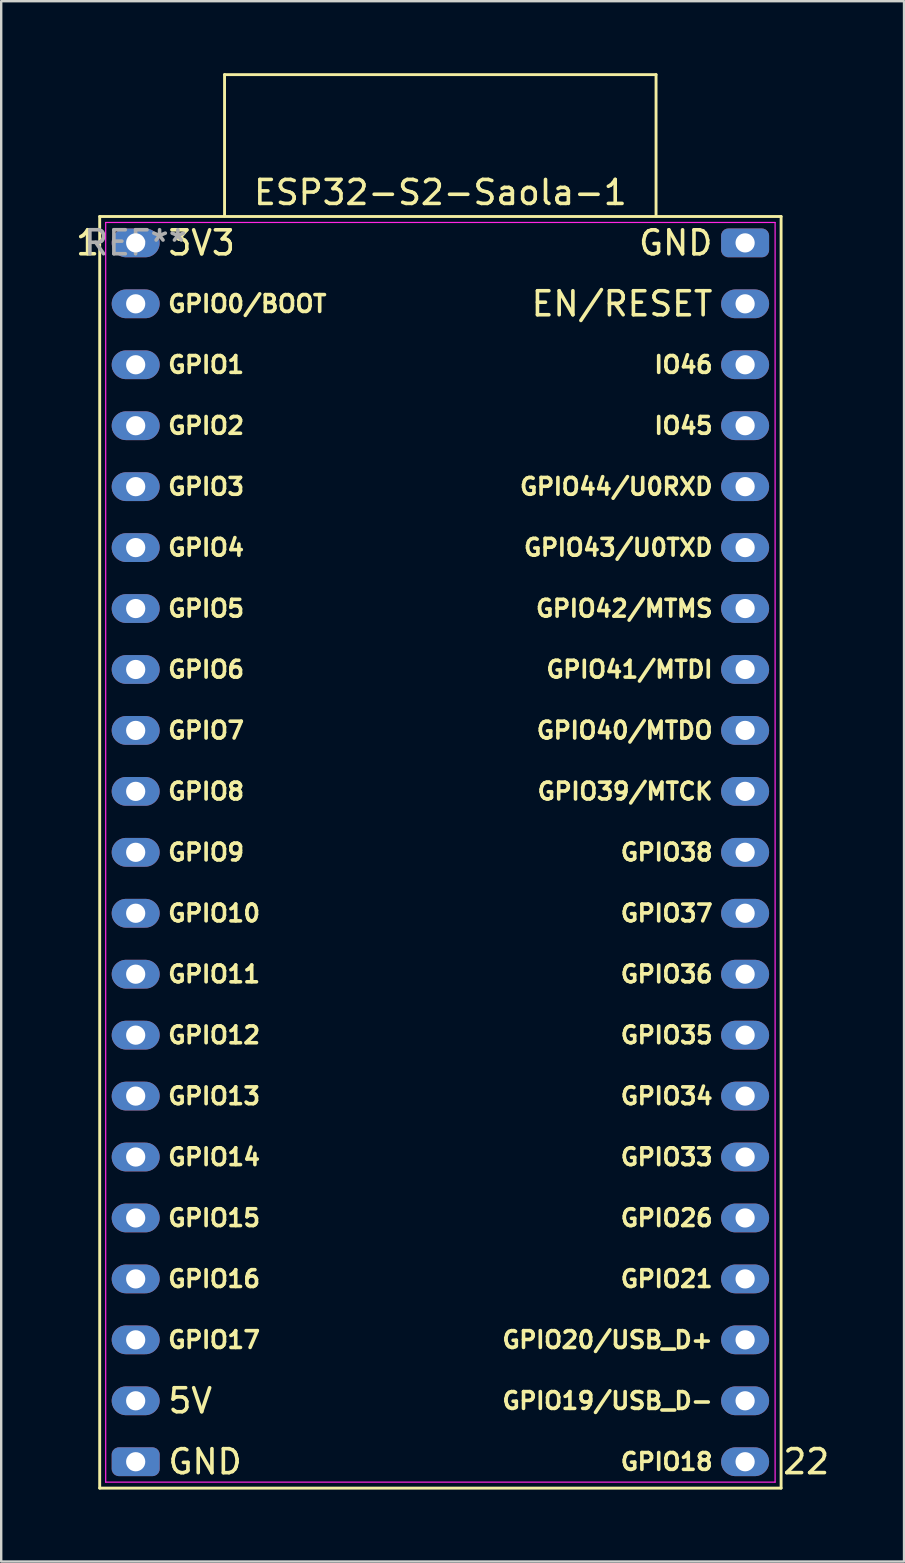
<source format=kicad_pcb>
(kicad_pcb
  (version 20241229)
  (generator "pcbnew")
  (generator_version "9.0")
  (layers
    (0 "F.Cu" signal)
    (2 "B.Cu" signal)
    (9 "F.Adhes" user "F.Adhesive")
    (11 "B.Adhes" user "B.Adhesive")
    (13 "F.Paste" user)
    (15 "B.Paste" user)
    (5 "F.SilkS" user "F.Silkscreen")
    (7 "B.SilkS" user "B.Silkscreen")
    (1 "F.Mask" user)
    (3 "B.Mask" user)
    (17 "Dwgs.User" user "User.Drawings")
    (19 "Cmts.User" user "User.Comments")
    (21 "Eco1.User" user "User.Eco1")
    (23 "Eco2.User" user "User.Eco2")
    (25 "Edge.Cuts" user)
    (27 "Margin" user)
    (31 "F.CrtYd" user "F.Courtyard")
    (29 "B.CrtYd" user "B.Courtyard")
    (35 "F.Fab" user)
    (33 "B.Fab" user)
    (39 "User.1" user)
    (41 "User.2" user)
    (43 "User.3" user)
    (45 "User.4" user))
  (footprint "ESP32-S2-Saola-1"
    (layer "F.Cu")
    (at 2.601 7.07)
    (property "Reference" "ESP32-S2-Saola-1" (at 12.704 -2.097 0) (layer "F.SilkS") (effects (font (size 1 1) (thickness 0.15))))
    (attr through_hole)
    (fp_line (start -1.496 51.903) (end 26.904 51.903) (stroke (width 0.12) (type solid)) (layer "F.SilkS"))
    (fp_line (start -1.496 -1.097) (end -1.496 51.903) (stroke (width 0.12) (type solid)) (layer "F.SilkS"))
    (fp_line (start 3.708 -7.01) (end 21.692 -7.01) (stroke (width 0.12) (type solid)) (layer "F.SilkS"))
    (fp_line (start 3.708 -1.118) (end 3.708 -7.01) (stroke (width 0.12) (type solid)) (layer "F.SilkS"))
    (fp_line (start 21.692 -7.01) (end 21.692 -1.118) (stroke (width 0.12) (type solid)) (layer "F.SilkS"))
    (fp_line (start 26.904 51.903) (end 26.904 -1.097) (stroke (width 0.12) (type solid)) (layer "F.SilkS"))
    (fp_line (start 26.904 -1.097) (end -1.496 -1.097) (stroke (width 0.12) (type solid)) (layer "F.SilkS"))
    (fp_line (start -1.246 -0.847) (end 26.654 -0.847) (stroke (width 0.05) (type solid)) (layer "F.CrtYd"))
    (fp_line (start -1.246 51.653) (end -1.246 -0.847) (stroke (width 0.05) (type solid)) (layer "F.CrtYd"))
    (fp_line (start 26.654 -0.847) (end 26.654 51.653) (stroke (width 0.05) (type solid)) (layer "F.CrtYd"))
    (fp_line (start 26.654 51.653) (end -1.246 51.653) (stroke (width 0.05) (type solid)) (layer "F.CrtYd"))
    (fp_text user "GPIO41/MTDI" (at 24.134 17.783 0) (unlocked yes) (layer "F.SilkS") (effects (font (size 0.7 0.7) (thickness 0.15)) (justify right)))
    (fp_text user "GPIO36" (at 24.134 30.483 0) (unlocked yes) (layer "F.SilkS") (effects (font (size 0.7 0.7) (thickness 0.15)) (justify right)))
    (fp_text user "GPIO2" (at 1.274 7.623 0) (unlocked yes) (layer "F.SilkS") (effects (font (size 0.7 0.7) (thickness 0.15)) (justify left)))
    (fp_text user "GPIO43/U0TXD" (at 24.134 12.703 0) (unlocked yes) (layer "F.SilkS") (effects (font (size 0.7 0.7) (thickness 0.15)) (justify right)))
    (fp_text user "IO45" (at 24.134 7.623 0) (unlocked yes) (layer "F.SilkS") (effects (font (size 0.7 0.7) (thickness 0.15)) (justify right)))
    (fp_text user "GPIO40/MTDO" (at 24.134 20.323 0) (unlocked yes) (layer "F.SilkS") (effects (font (size 0.7 0.7) (thickness 0.15)) (justify right)))
    (fp_text user "GPIO35" (at 24.134 33.023 0) (unlocked yes) (layer "F.SilkS") (effects (font (size 0.7 0.7) (thickness 0.15)) (justify right)))
    (fp_text user "GPIO42/MTMS" (at 24.134 15.243 0) (unlocked yes) (layer "F.SilkS") (effects (font (size 0.7 0.7) (thickness 0.15)) (justify right)))
    (fp_text user "GPIO11" (at 1.274 30.483 0) (unlocked yes) (layer "F.SilkS") (effects (font (size 0.7 0.7) (thickness 0.15)) (justify left)))
    (fp_text user "GND" (at 1.274 50.803 0) (unlocked yes) (layer "F.SilkS") (effects (font (size 1 1) (thickness 0.15)) (justify left)))
    (fp_text user "GPIO37" (at 24.134 27.943 0) (unlocked yes) (layer "F.SilkS") (effects (font (size 0.7 0.7) (thickness 0.15)) (justify right)))
    (fp_text user "GPIO15" (at 1.274 40.643 0) (unlocked yes) (layer "F.SilkS") (effects (font (size 0.7 0.7) (thickness 0.15)) (justify left)))
    (fp_text user "GPIO34" (at 24.134 35.563 0) (unlocked yes) (layer "F.SilkS") (effects (font (size 0.7 0.7) (thickness 0.15)) (justify right)))
    (fp_text user "GPIO38" (at 24.134 25.403 0) (unlocked yes) (layer "F.SilkS") (effects (font (size 0.7 0.7) (thickness 0.15)) (justify right)))
    (fp_text user "GPIO33" (at 24.134 38.103 0) (unlocked yes) (layer "F.SilkS") (effects (font (size 0.7 0.7) (thickness 0.15)) (justify right)))
    (fp_text user "GPIO17" (at 1.274 45.723 0) (unlocked yes) (layer "F.SilkS") (effects (font (size 0.7 0.7) (thickness 0.15)) (justify left)))
    (fp_text user "GND" (at 24.134 0.003 0) (unlocked yes) (layer "F.SilkS") (effects (font (size 1 1) (thickness 0.15)) (justify right)))
    (fp_text user "GPIO21" (at 24.134 43.183 0) (unlocked yes) (layer "F.SilkS") (effects (font (size 0.7 0.7) (thickness 0.15)) (justify right)))
    (fp_text user "GPIO18" (at 24.134 50.803 0) (unlocked yes) (layer "F.SilkS") (effects (font (size 0.7 0.7) (thickness 0.15)) (justify right)))
    (fp_text user "5V" (at 1.274 48.263 0) (unlocked yes) (layer "F.SilkS") (effects (font (size 1 1) (thickness 0.15)) (justify left)))
    (fp_text user "GPIO19/USB_D-" (at 24.134 48.263 0) (unlocked yes) (layer "F.SilkS") (effects (font (size 0.7 0.7) (thickness 0.15)) (justify right)))
    (fp_text user "EN/RESET" (at 24.134 2.543 0) (unlocked yes) (layer "F.SilkS") (effects (font (size 1 1) (thickness 0.15)) (justify right)))
    (fp_text user "GPIO5" (at 1.274 15.243 0) (unlocked yes) (layer "F.SilkS") (effects (font (size 0.7 0.7) (thickness 0.15)) (justify left)))
    (fp_text user "GPIO14" (at 1.274 38.103 0) (unlocked yes) (layer "F.SilkS") (effects (font (size 0.7 0.7) (thickness 0.15)) (justify left)))
    (fp_text user "GPIO20/USB_D+" (at 24.134 45.723 0) (unlocked yes) (layer "F.SilkS") (effects (font (size 0.7 0.7) (thickness 0.15)) (justify right)))
    (fp_text user "GPIO39/MTCK" (at 24.134 22.863 0) (unlocked yes) (layer "F.SilkS") (effects (font (size 0.7 0.7) (thickness 0.15)) (justify right)))
    (fp_text user "GPIO3" (at 1.274 10.163 0) (unlocked yes) (layer "F.SilkS") (effects (font (size 0.7 0.7) (thickness 0.15)) (justify left)))
    (fp_text user "IO46" (at 24.134 5.083 0) (unlocked yes) (layer "F.SilkS") (effects (font (size 0.7 0.7) (thickness 0.15)) (justify right)))
    (fp_text user "22" (at 27.95 50.8 0) (layer "F.SilkS") (effects (font (size 1 1) (thickness 0.15))))
    (fp_text user "GPIO9" (at 1.274 25.403 0) (unlocked yes) (layer "F.SilkS") (effects (font (size 0.7 0.7) (thickness 0.15)) (justify left)))
    (fp_text user "GPIO12" (at 1.274 33.023 0) (unlocked yes) (layer "F.SilkS") (effects (font (size 0.7 0.7) (thickness 0.15)) (justify left)))
    (fp_text user "GPIO7" (at 1.274 20.323 0) (unlocked yes) (layer "F.SilkS") (effects (font (size 0.7 0.7) (thickness 0.15)) (justify left)))
    (fp_text user "GPIO13" (at 1.274 35.563 0) (unlocked yes) (layer "F.SilkS") (effects (font (size 0.7 0.7) (thickness 0.15)) (justify left)))
    (fp_text user "GPIO0/BOOT" (at 1.274 2.543 0) (unlocked yes) (layer "F.SilkS") (effects (font (size 0.7 0.7) (thickness 0.15)) (justify left)))
    (fp_text user "GPIO4" (at 1.274 12.703 0) (unlocked yes) (layer "F.SilkS") (effects (font (size 0.7 0.7) (thickness 0.15)) (justify left)))
    (fp_text user "GPIO44/U0RXD" (at 24.134 10.163 0) (unlocked yes) (layer "F.SilkS") (effects (font (size 0.7 0.7) (thickness 0.15)) (justify right)))
    (fp_text user "GPIO6" (at 1.274 17.783 0) (unlocked yes) (layer "F.SilkS") (effects (font (size 0.7 0.7) (thickness 0.15)) (justify left)))
    (fp_text user "1" (at -2 0 0) (layer "F.SilkS") (effects (font (size 1 1) (thickness 0.15))))
    (fp_text user "GPIO16" (at 1.274 43.183 0) (unlocked yes) (layer "F.SilkS") (effects (font (size 0.7 0.7) (thickness 0.15)) (justify left)))
    (fp_text user "3V3" (at 1.274 0.003 0) (unlocked yes) (layer "F.SilkS") (effects (font (size 1 1) (thickness 0.15)) (justify left)))
    (fp_text user "GPIO1" (at 1.274 5.083 0) (unlocked yes) (layer "F.SilkS") (effects (font (size 0.7 0.7) (thickness 0.15)) (justify left)))
    (fp_text user "GPIO10" (at 1.274 27.943 0) (unlocked yes) (layer "F.SilkS") (effects (font (size 0.7 0.7) (thickness 0.15)) (justify left)))
    (fp_text user "GPIO8" (at 1.274 22.863 0) (unlocked yes) (layer "F.SilkS") (effects (font (size 0.7 0.7) (thickness 0.15)) (justify left)))
    (fp_text user "GPIO26" (at 24.134 40.643 0) (unlocked yes) (layer "F.SilkS") (effects (font (size 0.7 0.7) (thickness 0.15)) (justify right)))
    (fp_text user "REF**" (at 0 0 0) (layer "F.Fab") (effects (font (size 1 1) (thickness 0.15))))
    (pad "1" thru_hole oval (at 0.004 0.003 270) (size 1.2 2) (drill 0.8) (layers "*.Cu" "*.Mask"))
    (pad "2" thru_hole oval (at 0.004 2.543 270) (size 1.2 2) (drill 0.8) (layers "*.Cu" "*.Mask"))
    (pad "3" thru_hole oval (at 0.004 5.083 270) (size 1.2 2) (drill 0.8) (layers "*.Cu" "*.Mask"))
    (pad "4" thru_hole oval (at 0.004 7.623 270) (size 1.2 2) (drill 0.8) (layers "*.Cu" "*.Mask"))
    (pad "5" thru_hole oval (at 0.004 10.163 270) (size 1.2 2) (drill 0.8) (layers "*.Cu" "*.Mask"))
    (pad "6" thru_hole oval (at 0.004 12.703 270) (size 1.2 2) (drill 0.8) (layers "*.Cu" "*.Mask"))
    (pad "7" thru_hole oval (at 0.004 15.243 270) (size 1.2 2) (drill 0.8) (layers "*.Cu" "*.Mask"))
    (pad "8" thru_hole oval (at 0.004 17.783 270) (size 1.2 2) (drill 0.8) (layers "*.Cu" "*.Mask"))
    (pad "9" thru_hole oval (at 0.004 20.323 270) (size 1.2 2) (drill 0.8) (layers "*.Cu" "*.Mask"))
    (pad "10" thru_hole oval (at 0.004 22.863 270) (size 1.2 2) (drill 0.8) (layers "*.Cu" "*.Mask"))
    (pad "11" thru_hole oval (at 0.004 25.403 270) (size 1.2 2) (drill 0.8) (layers "*.Cu" "*.Mask"))
    (pad "12" thru_hole oval (at 0.004 27.943 270) (size 1.2 2) (drill 0.8) (layers "*.Cu" "*.Mask"))
    (pad "13" thru_hole oval (at 0.004 30.483 270) (size 1.2 2) (drill 0.8) (layers "*.Cu" "*.Mask"))
    (pad "14" thru_hole oval (at 0.004 33.023 270) (size 1.2 2) (drill 0.8) (layers "*.Cu" "*.Mask"))
    (pad "15" thru_hole oval (at 0.004 35.563 270) (size 1.2 2) (drill 0.8) (layers "*.Cu" "*.Mask"))
    (pad "16" thru_hole oval (at 0.004 38.103 270) (size 1.2 2) (drill 0.8) (layers "*.Cu" "*.Mask"))
    (pad "17" thru_hole oval (at 0.004 40.643 270) (size 1.2 2) (drill 0.8) (layers "*.Cu" "*.Mask"))
    (pad "18" thru_hole oval (at 0.004 43.183 270) (size 1.2 2) (drill 0.8) (layers "*.Cu" "*.Mask"))
    (pad "19" thru_hole oval (at 0.004 45.723 270) (size 1.2 2) (drill 0.8) (layers "*.Cu" "*.Mask"))
    (pad "20" thru_hole oval (at 0.004 48.263 270) (size 1.2 2) (drill 0.8) (layers "*.Cu" "*.Mask"))
    (pad "21" thru_hole roundrect (at 0.004 50.803 270) (size 1.2 2) (drill 0.8) (layers "*.Cu" "*.Mask") (roundrect_rratio 0.25))
    (pad "22" thru_hole oval (at 25.404 50.803 270) (size 1.2 2) (drill 0.8) (layers "*.Cu" "*.Mask"))
    (pad "23" thru_hole oval (at 25.404 48.263 270) (size 1.2 2) (drill 0.8) (layers "*.Cu" "*.Mask"))
    (pad "24" thru_hole oval (at 25.404 45.723 270) (size 1.2 2) (drill 0.8) (layers "*.Cu" "*.Mask"))
    (pad "25" thru_hole oval (at 25.404 43.183 270) (size 1.2 2) (drill 0.8) (layers "*.Cu" "*.Mask"))
    (pad "26" thru_hole oval (at 25.404 40.643 270) (size 1.2 2) (drill 0.8) (layers "*.Cu" "*.Mask"))
    (pad "27" thru_hole oval (at 25.404 38.103 270) (size 1.2 2) (drill 0.8) (layers "*.Cu" "*.Mask"))
    (pad "28" thru_hole oval (at 25.404 35.563 270) (size 1.2 2) (drill 0.8) (layers "*.Cu" "*.Mask"))
    (pad "29" thru_hole oval (at 25.404 33.023 270) (size 1.2 2) (drill 0.8) (layers "*.Cu" "*.Mask"))
    (pad "30" thru_hole oval (at 25.404 30.483 270) (size 1.2 2) (drill 0.8) (layers "*.Cu" "*.Mask"))
    (pad "31" thru_hole oval (at 25.404 27.943 270) (size 1.2 2) (drill 0.8) (layers "*.Cu" "*.Mask"))
    (pad "32" thru_hole oval (at 25.404 25.403 270) (size 1.2 2) (drill 0.8) (layers "*.Cu" "*.Mask"))
    (pad "33" thru_hole oval (at 25.404 22.863 270) (size 1.2 2) (drill 0.8) (layers "*.Cu" "*.Mask"))
    (pad "34" thru_hole oval (at 25.404 20.323 270) (size 1.2 2) (drill 0.8) (layers "*.Cu" "*.Mask"))
    (pad "35" thru_hole oval (at 25.404 17.783 270) (size 1.2 2) (drill 0.8) (layers "*.Cu" "*.Mask"))
    (pad "36" thru_hole oval (at 25.404 15.243 270) (size 1.2 2) (drill 0.8) (layers "*.Cu" "*.Mask"))
    (pad "37" thru_hole oval (at 25.404 12.703 270) (size 1.2 2) (drill 0.8) (layers "*.Cu" "*.Mask"))
    (pad "38" thru_hole oval (at 25.404 10.163 270) (size 1.2 2) (drill 0.8) (layers "*.Cu" "*.Mask"))
    (pad "39" thru_hole oval (at 25.404 7.623 270) (size 1.2 2) (drill 0.8) (layers "*.Cu" "*.Mask"))
    (pad "40" thru_hole oval (at 25.404 5.083 270) (size 1.2 2) (drill 0.8) (layers "*.Cu" "*.Mask"))
    (pad "41" thru_hole oval (at 25.404 2.543 270) (size 1.2 2) (drill 0.8) (layers "*.Cu" "*.Mask"))
    (pad "42" thru_hole roundrect (at 25.404 0.003 270) (size 1.2 2) (drill 0.8) (layers "*.Cu" "*.Mask") (roundrect_rratio 0.25)))
  (gr_rect
    (start -3 -3)
    (end 34.629 62.033)
    (stroke (width 0.1) (type default))
    (fill no)
    (layer "Edge.Cuts")))
</source>
